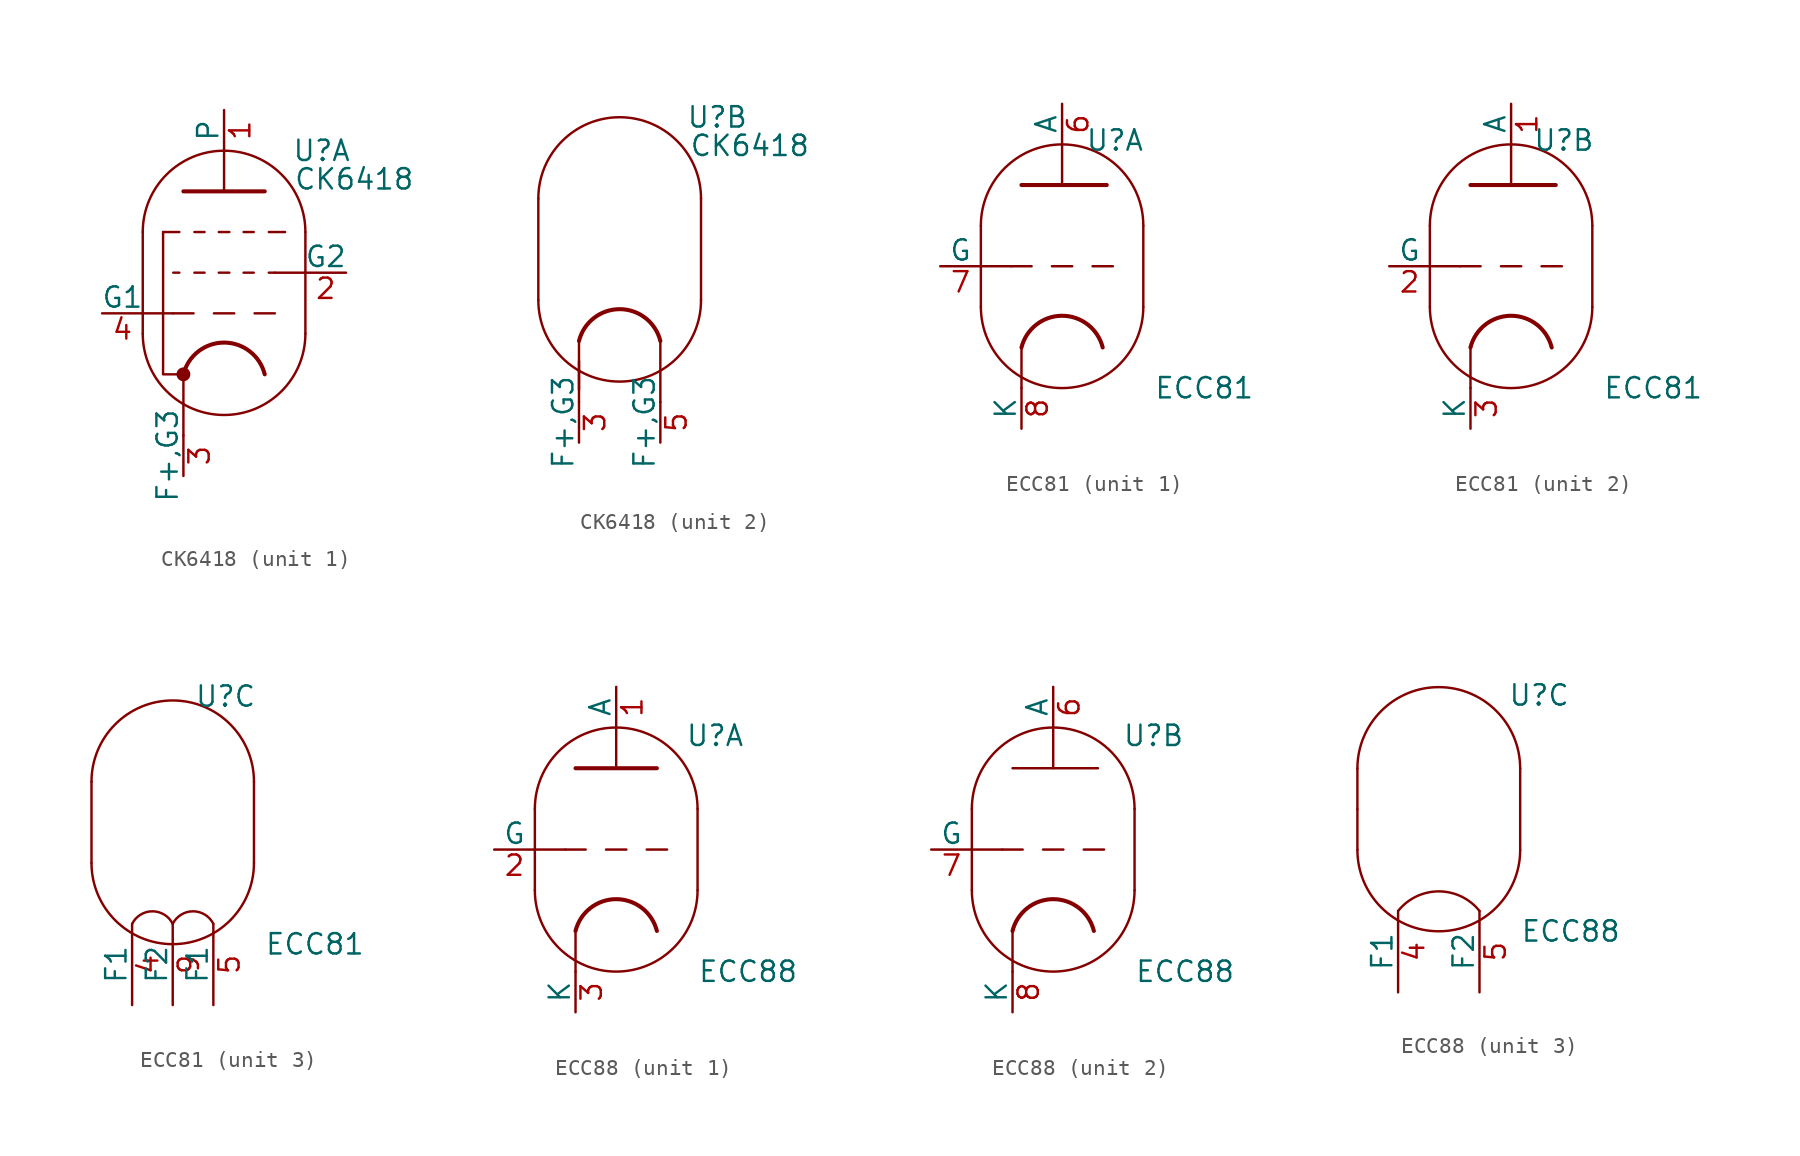
<source format=kicad_sym>
(kicad_symbol_lib
  (version 20241209)
  (generator "kicad_symbol_editor")
  (generator_version "9.0")
  (symbol "CK6418"
    (pin_names
      (offset 0))
    (property "Reference" "U"
      (at 6.096 10.16 0)
      (effects (font (size 1.27 1.27))))
    (property "Value" "CK6418"
      (at 8.128 8.382 0)
      (effects (font (size 1.27 1.27))))
    (property "ki_locked" ""
      (at 0 0 0)
      (effects (font (size 1.27 1.27))))
    (symbol "CK6418_0_1"
      (polyline (pts (xy -5.08 5.08) (xy -5.08 -1.27) (xy -5.08 -1.27)) (stroke (width 0) (type default)) (fill (type none)))
      (polyline (pts (xy -2.54 -7.62) (xy -2.54 -3.81)) (stroke (width 0) (type default)) (fill (type none)))
      (arc (start -5.08 5.08) (mid 0 10.1379) (end 5.08 5.08) (stroke (width 0) (type default)) (fill (type none)))
      (arc (start 5.08 -1.27) (mid 0 -6.3279) (end -5.08 -1.27) (stroke (width 0) (type default)) (fill (type none)))
      (arc (start -2.54 -3.81) (mid 0 -1.8268) (end 2.54 -3.81) (stroke (width 0.254) (type default)) (fill (type none)))
      (polyline (pts (xy 5.08 -1.27) (xy 5.08 5.08) (xy 5.08 5.08)) (stroke (width 0) (type default)) (fill (type none)))
      (pin power_in line (at -2.54 -10.16 90) (length 2.54) (name "F+,G3" (effects (font (size 1.27 1.27)))) (number "3" (effects (font (size 1.27 1.27))))))
    (symbol "CK6418_1_0"
      (polyline (pts (xy -5.08 0) (xy -3.175 0)) (stroke (width 0) (type default)) (fill (type none)))
      (polyline (pts (xy -0.635 0) (xy 0.635 0)) (stroke (width 0.152) (type default)) (fill (type none)))
      (polyline (pts (xy 0 7.62) (xy 0 10.16)) (stroke (width 0) (type default)) (fill (type none)))
      (polyline (pts (xy 1.905 0) (xy 3.175 0)) (stroke (width 0.152) (type default)) (fill (type none)))
      (polyline (pts (xy 3.175 2.54) (xy 5.08 2.54)) (stroke (width 0) (type default)) (fill (type none))))
    (symbol "CK6418_1_1"
      (polyline (pts (xy -3.81 5.08) (xy -2.794 5.08)) (stroke (width 0.152) (type default)) (fill (type none)))
      (polyline (pts (xy -3.81 5.08) (xy -3.81 -3.81) (xy -2.54 -3.81)) (stroke (width 0) (type default)) (fill (type none)))
      (polyline (pts (xy -3.175 2.54) (xy -2.794 2.54)) (stroke (width 0.152) (type default)) (fill (type none)))
      (polyline (pts (xy -2.54 7.62) (xy 2.54 7.62) (xy 2.54 7.62)) (stroke (width 0.254) (type default)) (fill (type none)))
      (circle (center -2.54 -3.81) (radius 0.356) (stroke (width 0) (type default)) (fill (type outline)))
      (polyline (pts (xy -1.905 0) (xy -3.175 0)) (stroke (width 0.152) (type default)) (fill (type none)))
      (polyline (pts (xy -1.854 5.08) (xy -1.219 5.08)) (stroke (width 0.152) (type default)) (fill (type none)))
      (polyline (pts (xy -1.854 2.54) (xy -1.219 2.54)) (stroke (width 0.152) (type default)) (fill (type none)))
      (polyline (pts (xy -0.33 5.08) (xy 0.33 5.08)) (stroke (width 0.152) (type default)) (fill (type none)))
      (polyline (pts (xy -0.33 2.54) (xy 0.33 2.54)) (stroke (width 0.152) (type default)) (fill (type none)))
      (polyline (pts (xy 1.219 5.08) (xy 1.854 5.08)) (stroke (width 0.152) (type default)) (fill (type none)))
      (polyline (pts (xy 1.219 2.54) (xy 1.854 2.54)) (stroke (width 0.152) (type default)) (fill (type none)))
      (polyline (pts (xy 2.794 2.54) (xy 3.175 2.54)) (stroke (width 0.152) (type default)) (fill (type none)))
      (polyline (pts (xy 3.81 5.08) (xy 2.794 5.08)) (stroke (width 0.152) (type default)) (fill (type none)))
      (pin input line (at -7.62 0 0) (length 2.54) (name "G1" (effects (font (size 1.27 1.27)))) (number "4" (effects (font (size 1.27 1.27)))))
      (pin output line (at 0 12.7 270) (length 2.54) (name "P" (effects (font (size 1.27 1.27)))) (number "1" (effects (font (size 1.27 1.27)))))
      (pin input line (at 7.62 2.54 180) (length 2.54) (name "G2" (effects (font (size 1.27 1.27)))) (number "2" (effects (font (size 1.27 1.27))))))
    (symbol "CK6418_2_1"
      (polyline (pts (xy -2.54 -6.858) (xy -2.54 -5.08) (xy -2.54 -5.08)) (stroke (width 0) (type default)) (fill (type none)))
      (polyline (pts (xy 2.54 -7.62) (xy 2.54 -3.81)) (stroke (width 0) (type default)) (fill (type none)))
      (pin power_in line (at 2.54 -10.16 90) (length 2.54) (name "F+,G3" (effects (font (size 1.27 1.27)))) (number "5" (effects (font (size 1.27 1.27)))))))
  (symbol "ECC81"
    (pin_names
      (offset 0))
    (property "Reference" "U"
      (at 3.302 7.874 0)
      (effects (font (size 1.27 1.27))))
    (property "Value" "ECC81"
      (at 8.89 -7.62 0)
      (effects (font (size 1.27 1.27))))
    (property "ki_locked" ""
      (at 0 0 0)
      (effects (font (size 1.27 1.27))))
    (symbol "ECC81_0_1"
      (polyline (pts (xy -5.08 2.54) (xy -5.08 -2.54) (xy -5.08 -2.54)) (stroke (width 0) (type default)) (fill (type none)))
      (arc (start -5.08 2.54) (mid 0 7.5979) (end 5.08 2.54) (stroke (width 0) (type default)) (fill (type none)))
      (arc (start 5.08 -2.54) (mid 0 -7.5979) (end -5.08 -2.54) (stroke (width 0) (type default)) (fill (type none)))
      (polyline (pts (xy 5.08 2.54) (xy 5.08 -2.54)) (stroke (width 0) (type default)) (fill (type none))))
    (symbol "ECC81_1_0"
      (polyline (pts (xy -2.54 -5.08) (xy -2.54 -7.62)) (stroke (width 0) (type default)) (fill (type none)))
      (polyline (pts (xy 0 5.08) (xy 0 7.62)) (stroke (width 0) (type default)) (fill (type none))))
    (symbol "ECC81_1_1"
      (polyline (pts (xy -5.08 0) (xy -3.175 0)) (stroke (width 0) (type default)) (fill (type none)))
      (polyline (pts (xy -2.54 5.08) (xy 2.794 5.08) (xy 2.794 5.08)) (stroke (width 0.254) (type default)) (fill (type none)))
      (polyline (pts (xy -1.905 0) (xy -3.175 0)) (stroke (width 0.152) (type default)) (fill (type none)))
      (polyline (pts (xy -0.635 0) (xy 0.635 0)) (stroke (width 0.152) (type default)) (fill (type none)))
      (arc (start -2.54 -5.08) (mid 0 -3.0968) (end 2.54 -5.08) (stroke (width 0.254) (type default)) (fill (type none)))
      (polyline (pts (xy 1.905 0) (xy 3.175 0)) (stroke (width 0.152) (type default)) (fill (type none)))
      (pin input line (at -7.62 0 0) (length 2.54) (name "G" (effects (font (size 1.27 1.27)))) (number "7" (effects (font (size 1.27 1.27)))))
      (pin bidirectional line (at -2.54 -10.16 90) (length 2.54) (name "K" (effects (font (size 1.27 1.27)))) (number "8" (effects (font (size 1.27 1.27)))))
      (pin output line (at 0 10.16 270) (length 2.54) (name "A" (effects (font (size 1.27 1.27)))) (number "6" (effects (font (size 1.27 1.27))))))
    (symbol "ECC81_2_0"
      (polyline (pts (xy -2.54 -5.08) (xy -2.54 -7.62)) (stroke (width 0) (type default)) (fill (type none)))
      (polyline (pts (xy 0 5.08) (xy 0 7.62)) (stroke (width 0) (type default)) (fill (type none))))
    (symbol "ECC81_2_1"
      (polyline (pts (xy -5.08 0) (xy -3.175 0)) (stroke (width 0) (type default)) (fill (type none)))
      (polyline (pts (xy -2.54 5.08) (xy 2.794 5.08) (xy 2.794 5.08)) (stroke (width 0.254) (type default)) (fill (type none)))
      (polyline (pts (xy -1.905 0) (xy -3.175 0)) (stroke (width 0.152) (type default)) (fill (type none)))
      (polyline (pts (xy -0.635 0) (xy 0.635 0)) (stroke (width 0.152) (type default)) (fill (type none)))
      (arc (start -2.54 -5.08) (mid 0 -3.0968) (end 2.54 -5.08) (stroke (width 0.254) (type default)) (fill (type none)))
      (polyline (pts (xy 1.905 0) (xy 3.175 0)) (stroke (width 0.152) (type default)) (fill (type none)))
      (pin input line (at -7.62 0 0) (length 2.54) (name "G" (effects (font (size 1.27 1.27)))) (number "2" (effects (font (size 1.27 1.27)))))
      (pin bidirectional line (at -2.54 -10.16 90) (length 2.54) (name "K" (effects (font (size 1.27 1.27)))) (number "3" (effects (font (size 1.27 1.27)))))
      (pin output line (at 0 10.16 270) (length 2.54) (name "A" (effects (font (size 1.27 1.27)))) (number "1" (effects (font (size 1.27 1.27))))))
    (symbol "ECC81_3_1"
      (arc (start -2.54 -6.35) (mid -1.27 -5.5651) (end 0 -6.35) (stroke (width 0) (type default)) (fill (type none)))
      (arc (start 0 -6.35) (mid 1.27 -5.5651) (end 2.54 -6.35) (stroke (width 0) (type default)) (fill (type none)))
      (pin power_in line (at -2.54 -11.43 90) (length 5.08) (name "F1" (effects (font (size 1.27 1.27)))) (number "4" (effects (font (size 1.27 1.27)))))
      (pin power_in line (at 0 -11.43 90) (length 5.08) (name "F2" (effects (font (size 1.27 1.27)))) (number "9" (effects (font (size 1.27 1.27)))))
      (pin power_in line (at 2.54 -11.43 90) (length 5.08) (name "F1" (effects (font (size 1.27 1.27)))) (number "5" (effects (font (size 1.27 1.27)))))))
  (symbol "ECC88"
    (pin_names
      (offset 0))
    (property "Reference" "U"
      (at 4.318 7.112 0)
      (effects (font (size 1.27 1.27)) (justify left)))
    (property "Value" "ECC88"
      (at 5.08 -7.62 0)
      (effects (font (size 1.27 1.27)) (justify left)))
    (property "ki_locked" ""
      (at 0 0 0)
      (effects (font (size 1.27 1.27))))
    (symbol "ECC88_0_1"
      (polyline (pts (xy -5.08 2.54) (xy -5.08 0)) (stroke (width 0) (type default)) (fill (type none)))
      (polyline (pts (xy -5.08 0) (xy -5.08 -2.54)) (stroke (width 0) (type default)) (fill (type none)))
      (arc (start -5.08 2.54) (mid 0 7.5979) (end 5.08 2.54) (stroke (width 0) (type default)) (fill (type none)))
      (arc (start 5.08 -2.54) (mid 0 -7.5979) (end -5.08 -2.54) (stroke (width 0) (type default)) (fill (type none)))
      (polyline (pts (xy 5.08 2.54) (xy 5.08 -2.54)) (stroke (width 0) (type default)) (fill (type none))))
    (symbol "ECC88_1_0"
      (polyline (pts (xy -2.54 -5.08) (xy -2.54 -7.62)) (stroke (width 0) (type default)) (fill (type none)))
      (polyline (pts (xy 0 5.08) (xy 0 7.62)) (stroke (width 0) (type default)) (fill (type none))))
    (symbol "ECC88_1_1"
      (polyline (pts (xy -5.08 0) (xy -3.175 0)) (stroke (width 0) (type default)) (fill (type none)))
      (polyline (pts (xy -2.54 5.08) (xy 2.54 5.08) (xy 2.54 5.08)) (stroke (width 0.254) (type default)) (fill (type none)))
      (polyline (pts (xy -1.905 0) (xy -3.175 0)) (stroke (width 0.152) (type default)) (fill (type none)))
      (polyline (pts (xy -0.635 0) (xy 0.635 0)) (stroke (width 0.152) (type default)) (fill (type none)))
      (arc (start -2.54 -5.08) (mid 0 -3.0968) (end 2.54 -5.08) (stroke (width 0.254) (type default)) (fill (type none)))
      (polyline (pts (xy 1.905 0) (xy 3.175 0)) (stroke (width 0.152) (type default)) (fill (type none)))
      (pin input line (at -7.62 0 0) (length 2.54) (name "G" (effects (font (size 1.27 1.27)))) (number "2" (effects (font (size 1.27 1.27)))))
      (pin bidirectional line (at -2.54 -10.16 90) (length 2.54) (name "K" (effects (font (size 1.27 1.27)))) (number "3" (effects (font (size 1.27 1.27)))))
      (pin output line (at 0 10.16 270) (length 2.54) (name "A" (effects (font (size 1.27 1.27)))) (number "1" (effects (font (size 1.27 1.27))))))
    (symbol "ECC88_2_0"
      (polyline (pts (xy -5.08 0) (xy -3.175 0)) (stroke (width 0) (type default)) (fill (type none)))
      (polyline (pts (xy -2.54 -5.08) (xy -2.54 -7.62)) (stroke (width 0) (type default)) (fill (type none)))
      (polyline (pts (xy -1.905 0) (xy -3.175 0)) (stroke (width 0.152) (type default)) (fill (type none)))
      (polyline (pts (xy -0.635 0) (xy 0.635 0)) (stroke (width 0.152) (type default)) (fill (type none)))
      (polyline (pts (xy 0 5.08) (xy 0 7.62)) (stroke (width 0) (type default)) (fill (type none)))
      (polyline (pts (xy 1.905 0) (xy 3.175 0)) (stroke (width 0.152) (type default)) (fill (type none)))
      (polyline (pts (xy 2.794 5.08) (xy -2.54 5.08) (xy -2.54 5.08)) (stroke (width 0.152) (type default)) (fill (type none))))
    (symbol "ECC88_2_1"
      (arc (start -2.54 -5.08) (mid 0 -3.0968) (end 2.54 -5.08) (stroke (width 0.254) (type default)) (fill (type none)))
      (pin input line (at -7.62 0 0) (length 2.54) (name "G" (effects (font (size 1.27 1.27)))) (number "7" (effects (font (size 1.27 1.27)))))
      (pin bidirectional line (at -2.54 -10.16 90) (length 2.54) (name "K" (effects (font (size 1.27 1.27)))) (number "8" (effects (font (size 1.27 1.27)))))
      (pin output line (at 0 10.16 270) (length 2.54) (name "A" (effects (font (size 1.27 1.27)))) (number "6" (effects (font (size 1.27 1.27))))))
    (symbol "ECC88_3_1"
      (arc (start -2.54 -6.35) (mid 0 -5.1292) (end 2.54 -6.35) (stroke (width 0) (type default)) (fill (type none)))
      (pin power_in line (at -2.54 -11.43 90) (length 5.08) (name "F1" (effects (font (size 1.27 1.27)))) (number "4" (effects (font (size 1.27 1.27)))))
      (pin power_in line (at 2.54 -11.43 90) (length 5.08) (name "F2" (effects (font (size 1.27 1.27)))) (number "5" (effects (font (size 1.27 1.27))))))))
</source>
